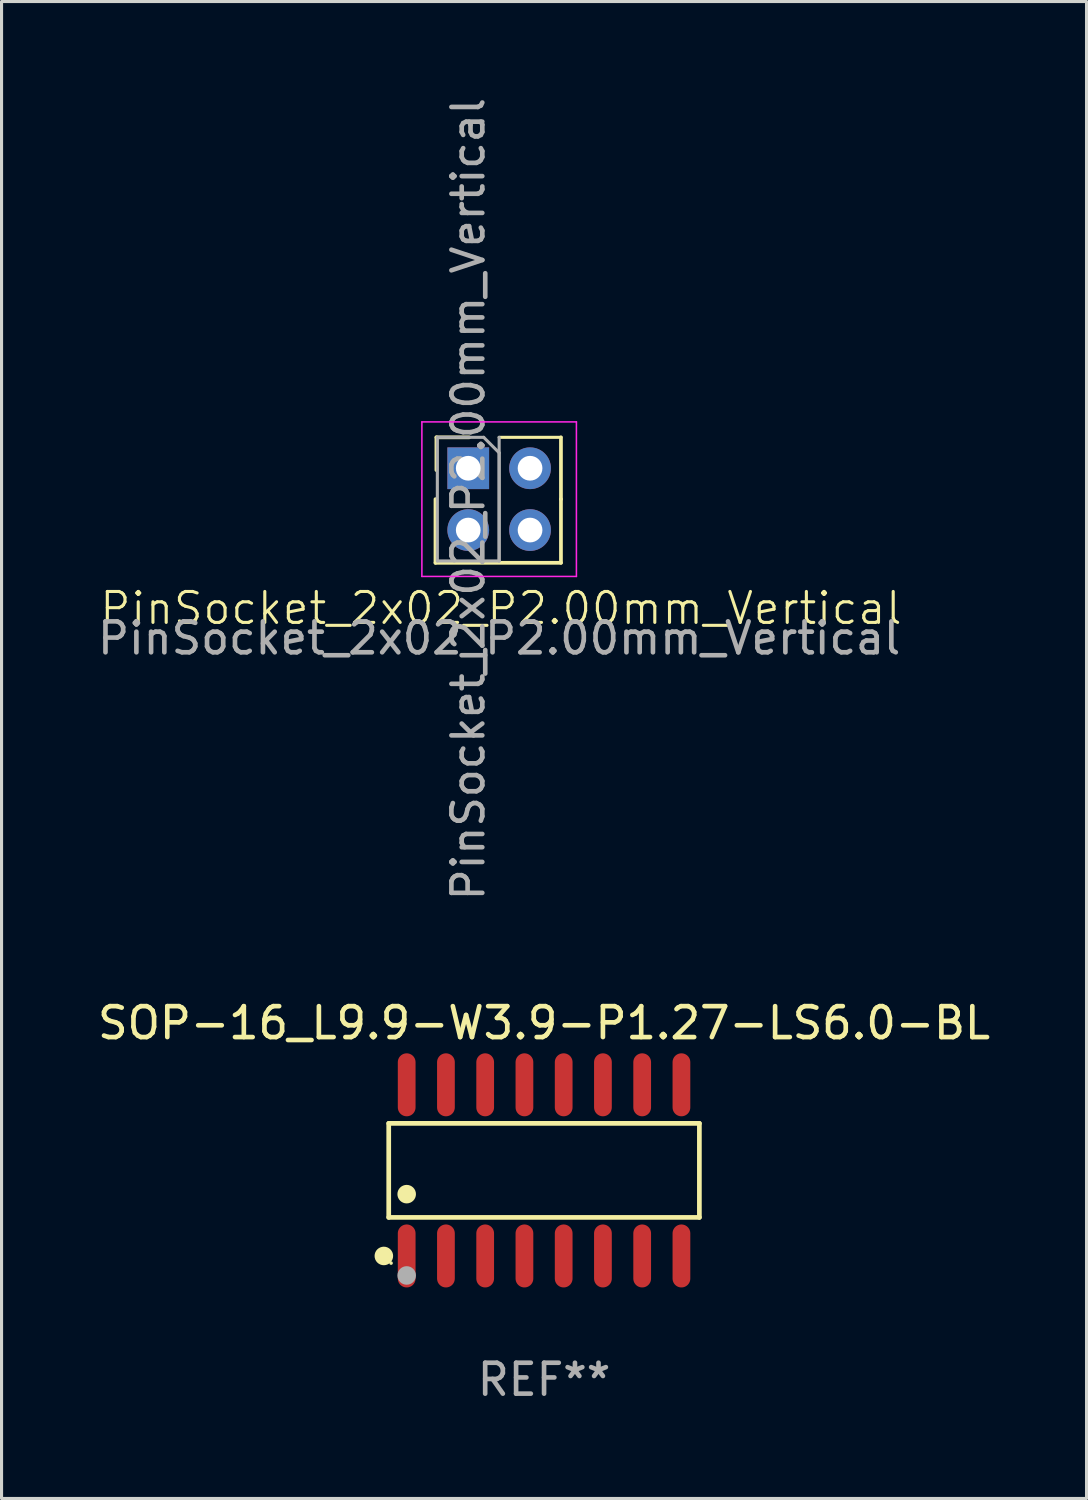
<source format=kicad_pcb>
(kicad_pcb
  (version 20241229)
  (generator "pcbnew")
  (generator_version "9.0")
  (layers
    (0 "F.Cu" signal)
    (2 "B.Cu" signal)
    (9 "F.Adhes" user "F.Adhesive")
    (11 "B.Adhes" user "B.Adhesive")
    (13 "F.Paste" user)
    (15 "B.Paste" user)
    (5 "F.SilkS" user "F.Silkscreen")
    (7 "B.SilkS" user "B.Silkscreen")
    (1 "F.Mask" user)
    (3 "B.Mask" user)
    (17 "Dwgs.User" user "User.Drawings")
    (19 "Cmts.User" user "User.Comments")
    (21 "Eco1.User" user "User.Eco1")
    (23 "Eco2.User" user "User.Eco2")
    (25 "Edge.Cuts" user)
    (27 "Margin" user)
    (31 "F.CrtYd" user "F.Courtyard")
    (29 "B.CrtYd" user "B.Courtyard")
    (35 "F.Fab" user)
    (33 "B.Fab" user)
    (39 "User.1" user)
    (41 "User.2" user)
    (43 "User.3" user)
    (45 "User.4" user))
  (footprint "SOP-16_L9.9-W3.9-P1.27-LS6.0-BL"
    (layer "F.Cu")
    (at 14.554 34.82)
    (property "Reference" "SOP-16_L9.9-W3.9-P1.27-LS6.0-BL" (at 0 -4.769 0) (layer "F.SilkS") (effects (font (size 1 1) (thickness 0.15))))
    (attr smd)
    (fp_line (start -5.026 -1.521) (end 5.026 -1.521) (stroke (width 0.152) (type solid)) (layer "F.SilkS"))
    (fp_line (start -5.026 1.521) (end -5.026 -1.521) (stroke (width 0.152) (type solid)) (layer "F.SilkS"))
    (fp_line (start 5.026 -1.521) (end 5.026 1.521) (stroke (width 0.152) (type solid)) (layer "F.SilkS"))
    (fp_line (start 5.026 1.521) (end -5.026 1.521) (stroke (width 0.152) (type solid)) (layer "F.SilkS"))
    (fp_circle (center -5.184 2.769) (end -5.034 2.769) (stroke (width 0.3) (type solid)) (fill no) (layer "F.SilkS"))
    (fp_circle (center -4.95 3) (end -4.92 3) (stroke (width 0.06) (type solid)) (fill no) (layer "F.SilkS"))
    (fp_circle (center -4.445 0.769) (end -4.295 0.769) (stroke (width 0.3) (type solid)) (fill no) (layer "F.SilkS"))
    (fp_circle (center -4.445 3.4) (end -4.295 3.4) (stroke (width 0.3) (type solid)) (fill no) (layer "F.Fab"))
    (fp_text user "REF**" (at 0 6.769 0) (layer "F.Fab") (effects (font (size 1 1) (thickness 0.15))))
    (pad "1" smd oval (at -4.445 2.769) (size 0.574 2.038) (layers "F.Cu" "F.Mask" "F.Paste"))
    (pad "2" smd oval (at -3.175 2.769) (size 0.574 2.038) (layers "F.Cu" "F.Mask" "F.Paste"))
    (pad "3" smd oval (at -1.905 2.769) (size 0.574 2.038) (layers "F.Cu" "F.Mask" "F.Paste"))
    (pad "4" smd oval (at -0.635 2.769) (size 0.574 2.038) (layers "F.Cu" "F.Mask" "F.Paste"))
    (pad "5" smd oval (at 0.635 2.769) (size 0.574 2.038) (layers "F.Cu" "F.Mask" "F.Paste"))
    (pad "6" smd oval (at 1.905 2.769) (size 0.574 2.038) (layers "F.Cu" "F.Mask" "F.Paste"))
    (pad "7" smd oval (at 3.175 2.769) (size 0.574 2.038) (layers "F.Cu" "F.Mask" "F.Paste"))
    (pad "8" smd oval (at 4.445 2.769) (size 0.574 2.038) (layers "F.Cu" "F.Mask" "F.Paste"))
    (pad "9" smd oval (at 4.445 -2.769) (size 0.574 2.038) (layers "F.Cu" "F.Mask" "F.Paste"))
    (pad "10" smd oval (at 3.175 -2.769) (size 0.574 2.038) (layers "F.Cu" "F.Mask" "F.Paste"))
    (pad "11" smd oval (at 1.905 -2.769) (size 0.574 2.038) (layers "F.Cu" "F.Mask" "F.Paste"))
    (pad "12" smd oval (at 0.635 -2.769) (size 0.574 2.038) (layers "F.Cu" "F.Mask" "F.Paste"))
    (pad "13" smd oval (at -0.635 -2.769) (size 0.574 2.038) (layers "F.Cu" "F.Mask" "F.Paste"))
    (pad "14" smd oval (at -1.905 -2.769) (size 0.574 2.038) (layers "F.Cu" "F.Mask" "F.Paste"))
    (pad "15" smd oval (at -3.175 -2.769) (size 0.574 2.038) (layers "F.Cu" "F.Mask" "F.Paste"))
    (pad "16" smd oval (at -4.445 -2.769) (size 0.574 2.038) (layers "F.Cu" "F.Mask" "F.Paste")))
  (footprint "PinSocket_2x02_P2.00mm_Vertical"
    (layer "F.Cu")
    (at 13.101 15.101)
    (property "Reference" "PinSocket_2x02_P2.00mm_Vertical" (at 0.06 1.53 0) (unlocked yes) (layer "F.SilkS") (effects (font (size 1 1) (thickness 0.1))))
    (attr through_hole)
    (fp_line (start -2.06 -2) (end -2.06 0.06) (stroke (width 0.12) (type solid)) (layer "F.SilkS"))
    (fp_line (start -2.06 0.06) (end 2 0.06) (stroke (width 0.12) (type solid)) (layer "F.SilkS"))
    (fp_line (start -2.03 -4) (end -0.97 -4) (stroke (width 0.12) (type solid)) (layer "F.SilkS"))
    (fp_line (start -2.03 -2.94) (end -2.03 -4) (stroke (width 0.12) (type solid)) (layer "F.SilkS"))
    (fp_line (start 2 -4) (end 0 -4) (stroke (width 0.1) (type default)) (layer "F.SilkS"))
    (fp_line (start 2 -4) (end 2 -2) (stroke (width 0.12) (type solid)) (layer "F.SilkS"))
    (fp_line (start 2 -2) (end 2 0.06) (stroke (width 0.12) (type solid)) (layer "F.SilkS"))
    (fp_line (start -2.5 -4.5) (end 2.5 -4.5) (stroke (width 0.05) (type solid)) (layer "F.CrtYd"))
    (fp_line (start -2.5 0.5) (end -2.5 -4.5) (stroke (width 0.05) (type solid)) (layer "F.CrtYd"))
    (fp_line (start 2.5 -4.5) (end 2.5 0.5) (stroke (width 0.05) (type solid)) (layer "F.CrtYd"))
    (fp_line (start 2.5 0.5) (end -2.5 0.5) (stroke (width 0.05) (type solid)) (layer "F.CrtYd"))
    (fp_line (start -2 -4) (end -0.5 -4) (stroke (width 0.1) (type solid)) (layer "F.Fab"))
    (fp_line (start -2 0) (end -2 -4) (stroke (width 0.1) (type solid)) (layer "F.Fab"))
    (fp_line (start -0.5 -4) (end 0 -3.5) (stroke (width 0.1) (type solid)) (layer "F.Fab"))
    (fp_line (start 0 -3.5) (end 0 0) (stroke (width 0.1) (type solid)) (layer "F.Fab"))
    (fp_line (start 0 0) (end -2 0) (stroke (width 0.1) (type solid)) (layer "F.Fab"))
    (fp_line (start 0 0) (end 0 -4) (stroke (width 0.1) (type solid)) (layer "F.Fab"))
    (fp_text user "${REFERENCE}" (at 0 2.5 0) (unlocked yes) (layer "F.Fab") (effects (font (size 1 1) (thickness 0.15))))
    (fp_text user "${REFERENCE}" (at -1 -2 90) (layer "F.Fab") (effects (font (size 1 1) (thickness 0.15))))
    (pad "1" thru_hole rect (at -1 -3) (size 1.35 1.35) (drill 0.8) (layers "*.Cu" "*.Mask"))
    (pad "2" thru_hole oval (at -1 -1) (size 1.35 1.35) (drill 0.8) (layers "*.Cu" "*.Mask"))
    (pad "3" thru_hole oval (at 1 -3) (size 1.35 1.35) (drill 0.8) (layers "*.Cu" "*.Mask"))
    (pad "4" thru_hole oval (at 1 -1) (size 1.35 1.35) (drill 0.8) (layers "*.Cu" "*.Mask")))
  (gr_rect
    (start -3 -3)
    (end 32.107 45.437)
    (stroke (width 0.1) (type default))
    (fill no)
    (layer "Edge.Cuts")))
</source>
